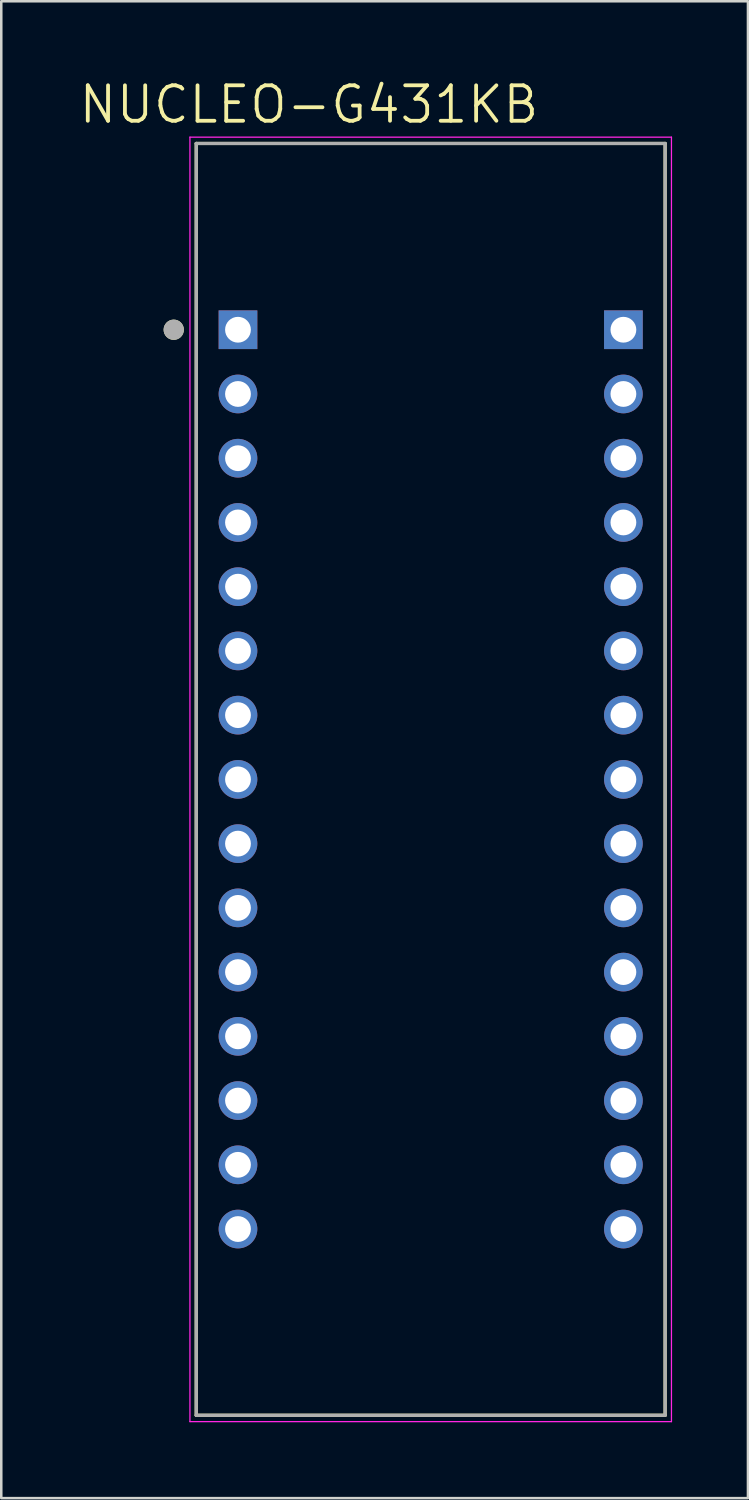
<source format=kicad_pcb>
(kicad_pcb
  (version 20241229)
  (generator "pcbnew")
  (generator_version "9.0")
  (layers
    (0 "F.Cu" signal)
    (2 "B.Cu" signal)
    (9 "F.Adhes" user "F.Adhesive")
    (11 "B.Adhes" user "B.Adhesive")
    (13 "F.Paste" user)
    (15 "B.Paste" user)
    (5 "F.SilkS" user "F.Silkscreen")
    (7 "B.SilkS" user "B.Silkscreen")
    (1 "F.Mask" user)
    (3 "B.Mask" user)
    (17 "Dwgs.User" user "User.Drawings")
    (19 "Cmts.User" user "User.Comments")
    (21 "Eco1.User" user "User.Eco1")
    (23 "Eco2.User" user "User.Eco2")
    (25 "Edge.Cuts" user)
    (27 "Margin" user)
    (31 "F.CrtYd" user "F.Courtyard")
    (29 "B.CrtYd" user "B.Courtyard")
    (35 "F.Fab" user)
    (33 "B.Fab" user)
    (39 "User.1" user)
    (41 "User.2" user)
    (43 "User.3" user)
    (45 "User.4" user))
  (footprint "NUCLEO-G431KB"
    (layer "F.Cu")
    (at 13.98 27.768)
    (property "Reference" "NUCLEO-G431KB" (at -4.813 -26.684 0) (layer "F.SilkS") (effects (font (size 1.402 1.402) (thickness 0.15))))
    (attr through_hole)
    (fp_line (start -9.27 -25.145) (end 9.27 -25.145) (stroke (width 0.127) (type solid)) (layer "F.SilkS"))
    (fp_line (start -9.27 25.145) (end -9.27 -25.145) (stroke (width 0.127) (type solid)) (layer "F.SilkS"))
    (fp_line (start 9.27 -25.145) (end 9.27 25.145) (stroke (width 0.127) (type solid)) (layer "F.SilkS"))
    (fp_line (start 9.27 25.145) (end -9.27 25.145) (stroke (width 0.127) (type solid)) (layer "F.SilkS"))
    (fp_circle (center -10.16 -17.78) (end -9.96 -17.78) (stroke (width 0.4) (type solid)) (fill no) (layer "F.SilkS"))
    (fp_line (start -9.52 -25.395) (end 9.52 -25.395) (stroke (width 0.05) (type solid)) (layer "F.CrtYd"))
    (fp_line (start -9.52 25.395) (end -9.52 -25.395) (stroke (width 0.05) (type solid)) (layer "F.CrtYd"))
    (fp_line (start 9.52 -25.395) (end 9.52 25.395) (stroke (width 0.05) (type solid)) (layer "F.CrtYd"))
    (fp_line (start 9.52 25.395) (end -9.52 25.395) (stroke (width 0.05) (type solid)) (layer "F.CrtYd"))
    (fp_line (start -9.27 -25.145) (end 9.27 -25.145) (stroke (width 0.127) (type solid)) (layer "F.Fab"))
    (fp_line (start -9.27 25.145) (end -9.27 -25.145) (stroke (width 0.127) (type solid)) (layer "F.Fab"))
    (fp_line (start 9.27 -25.145) (end 9.27 25.145) (stroke (width 0.127) (type solid)) (layer "F.Fab"))
    (fp_line (start 9.27 25.145) (end -9.27 25.145) (stroke (width 0.127) (type solid)) (layer "F.Fab"))
    (fp_circle (center -10.16 -17.78) (end -9.96 -17.78) (stroke (width 0.4) (type solid)) (fill no) (layer "F.Fab"))
    (pad "3_1" thru_hole rect (at -7.62 -17.78) (size 1.53 1.53) (drill 1.02) (layers "*.Cu" "*.Mask"))
    (pad "3_2" thru_hole circle (at -7.62 -15.24) (size 1.53 1.53) (drill 1.02) (layers "*.Cu" "*.Mask"))
    (pad "3_3" thru_hole circle (at -7.62 -12.7) (size 1.53 1.53) (drill 1.02) (layers "*.Cu" "*.Mask"))
    (pad "3_4" thru_hole circle (at -7.62 -10.16) (size 1.53 1.53) (drill 1.02) (layers "*.Cu" "*.Mask"))
    (pad "3_5" thru_hole circle (at -7.62 -7.62) (size 1.53 1.53) (drill 1.02) (layers "*.Cu" "*.Mask"))
    (pad "3_6" thru_hole circle (at -7.62 -5.08) (size 1.53 1.53) (drill 1.02) (layers "*.Cu" "*.Mask"))
    (pad "3_7" thru_hole circle (at -7.62 -2.54) (size 1.53 1.53) (drill 1.02) (layers "*.Cu" "*.Mask"))
    (pad "3_8" thru_hole circle (at -7.62 0) (size 1.53 1.53) (drill 1.02) (layers "*.Cu" "*.Mask"))
    (pad "3_9" thru_hole circle (at -7.62 2.54) (size 1.53 1.53) (drill 1.02) (layers "*.Cu" "*.Mask"))
    (pad "3_10" thru_hole circle (at -7.62 5.08) (size 1.53 1.53) (drill 1.02) (layers "*.Cu" "*.Mask"))
    (pad "3_11" thru_hole circle (at -7.62 7.62) (size 1.53 1.53) (drill 1.02) (layers "*.Cu" "*.Mask"))
    (pad "3_12" thru_hole circle (at -7.62 10.16) (size 1.53 1.53) (drill 1.02) (layers "*.Cu" "*.Mask"))
    (pad "3_13" thru_hole circle (at -7.62 12.7) (size 1.53 1.53) (drill 1.02) (layers "*.Cu" "*.Mask"))
    (pad "3_14" thru_hole circle (at -7.62 15.24) (size 1.53 1.53) (drill 1.02) (layers "*.Cu" "*.Mask"))
    (pad "3_15" thru_hole circle (at -7.62 17.78) (size 1.53 1.53) (drill 1.02) (layers "*.Cu" "*.Mask"))
    (pad "4_1" thru_hole rect (at 7.62 -17.78) (size 1.53 1.53) (drill 1.02) (layers "*.Cu" "*.Mask"))
    (pad "4_2" thru_hole circle (at 7.62 -15.24) (size 1.53 1.53) (drill 1.02) (layers "*.Cu" "*.Mask"))
    (pad "4_3" thru_hole circle (at 7.62 -12.7) (size 1.53 1.53) (drill 1.02) (layers "*.Cu" "*.Mask"))
    (pad "4_4" thru_hole circle (at 7.62 -10.16) (size 1.53 1.53) (drill 1.02) (layers "*.Cu" "*.Mask"))
    (pad "4_5" thru_hole circle (at 7.62 -7.62) (size 1.53 1.53) (drill 1.02) (layers "*.Cu" "*.Mask"))
    (pad "4_6" thru_hole circle (at 7.62 -5.08) (size 1.53 1.53) (drill 1.02) (layers "*.Cu" "*.Mask"))
    (pad "4_7" thru_hole circle (at 7.62 -2.54) (size 1.53 1.53) (drill 1.02) (layers "*.Cu" "*.Mask"))
    (pad "4_8" thru_hole circle (at 7.62 0) (size 1.53 1.53) (drill 1.02) (layers "*.Cu" "*.Mask"))
    (pad "4_9" thru_hole circle (at 7.62 2.54) (size 1.53 1.53) (drill 1.02) (layers "*.Cu" "*.Mask"))
    (pad "4_10" thru_hole circle (at 7.62 5.08) (size 1.53 1.53) (drill 1.02) (layers "*.Cu" "*.Mask"))
    (pad "4_11" thru_hole circle (at 7.62 7.62) (size 1.53 1.53) (drill 1.02) (layers "*.Cu" "*.Mask"))
    (pad "4_12" thru_hole circle (at 7.62 10.16) (size 1.53 1.53) (drill 1.02) (layers "*.Cu" "*.Mask"))
    (pad "4_13" thru_hole circle (at 7.62 12.7) (size 1.53 1.53) (drill 1.02) (layers "*.Cu" "*.Mask"))
    (pad "4_14" thru_hole circle (at 7.62 15.24) (size 1.53 1.53) (drill 1.02) (layers "*.Cu" "*.Mask"))
    (pad "4_15" thru_hole circle (at 7.62 17.78) (size 1.53 1.53) (drill 1.02) (layers "*.Cu" "*.Mask")))
  (gr_rect
    (start -3 -3)
    (end 26.525 56.188)
    (stroke (width 0.1) (type default))
    (fill no)
    (layer "Edge.Cuts")))
</source>
